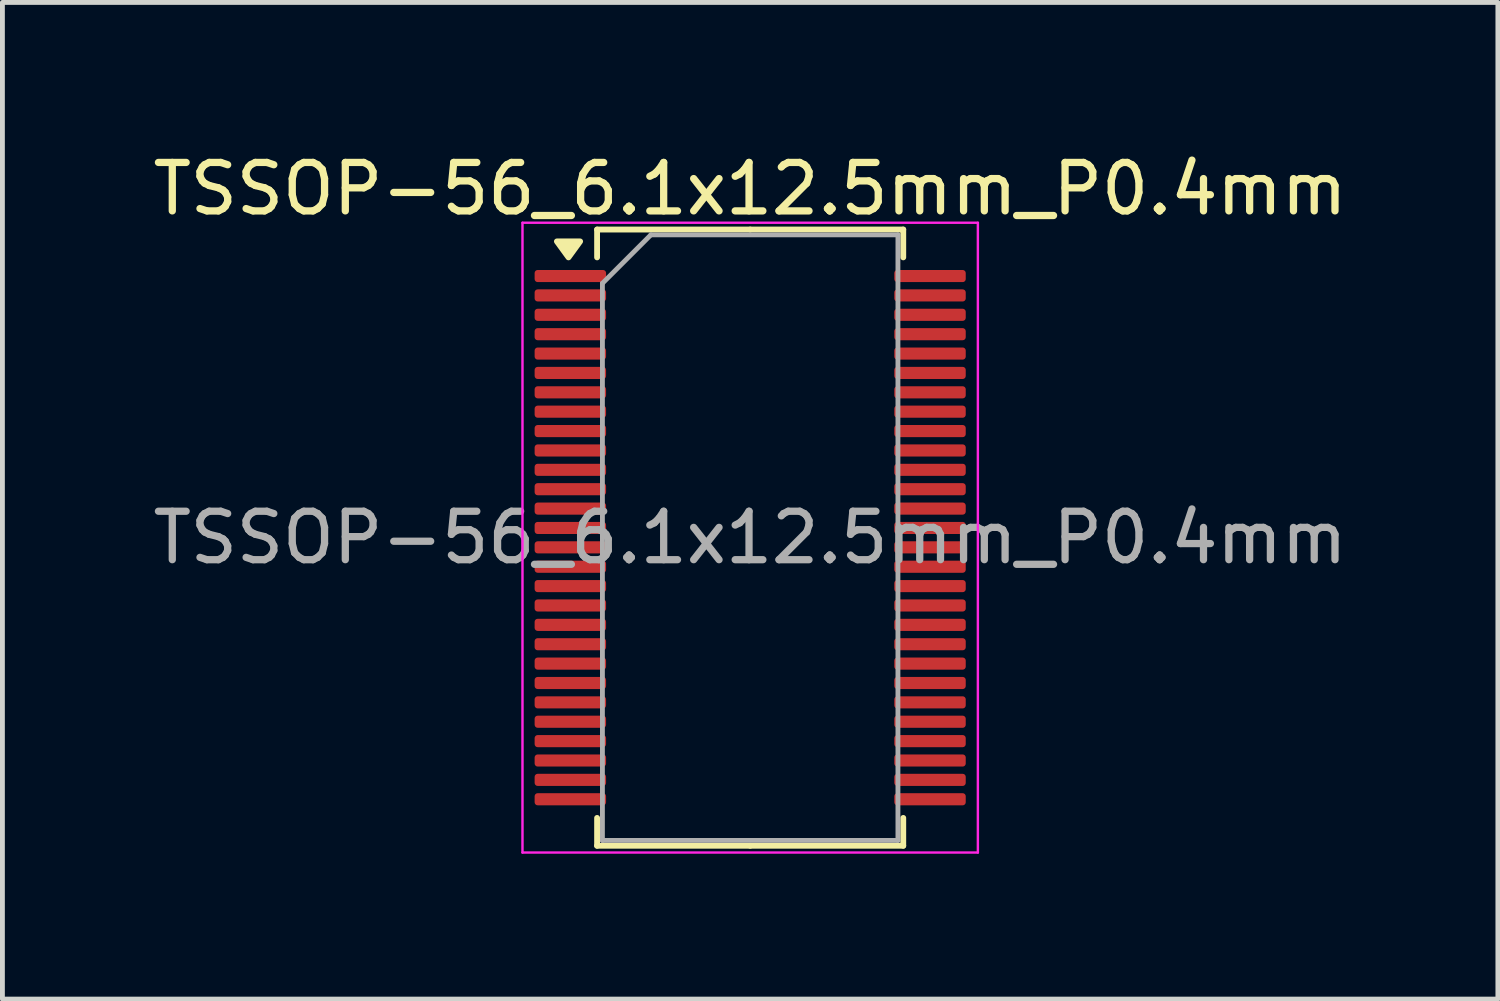
<source format=kicad_pcb>
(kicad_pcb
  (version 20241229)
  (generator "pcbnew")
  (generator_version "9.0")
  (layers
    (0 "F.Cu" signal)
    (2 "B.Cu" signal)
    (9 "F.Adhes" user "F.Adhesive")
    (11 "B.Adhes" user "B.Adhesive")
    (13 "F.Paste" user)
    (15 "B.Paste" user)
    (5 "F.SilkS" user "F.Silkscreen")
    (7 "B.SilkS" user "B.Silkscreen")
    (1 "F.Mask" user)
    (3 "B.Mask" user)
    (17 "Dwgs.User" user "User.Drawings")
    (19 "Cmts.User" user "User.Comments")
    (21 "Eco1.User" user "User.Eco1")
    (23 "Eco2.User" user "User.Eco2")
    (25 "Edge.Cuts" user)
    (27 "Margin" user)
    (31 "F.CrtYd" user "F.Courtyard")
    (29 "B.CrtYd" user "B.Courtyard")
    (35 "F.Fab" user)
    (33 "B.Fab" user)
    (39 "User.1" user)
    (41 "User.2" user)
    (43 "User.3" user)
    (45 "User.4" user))
  (footprint "TSSOP-56_6.1x12.5mm_P0.4mm"
    (layer "F.Cu")
    (at 12.435 8.048)
    (property "Reference" "TSSOP-56_6.1x12.5mm_P0.4mm" (at 0 -7.2 0) (layer "F.SilkS") (effects (font (size 1 1) (thickness 0.15))))
    (attr smd)
    (fp_line (start -3.16 -6.36) (end -3.16 -5.785) (stroke (width 0.12) (type solid)) (layer "F.SilkS"))
    (fp_line (start -3.16 6.36) (end -3.16 5.785) (stroke (width 0.12) (type solid)) (layer "F.SilkS"))
    (fp_line (start 0 -6.36) (end -3.16 -6.36) (stroke (width 0.12) (type solid)) (layer "F.SilkS"))
    (fp_line (start 0 -6.36) (end 3.16 -6.36) (stroke (width 0.12) (type solid)) (layer "F.SilkS"))
    (fp_line (start 0 6.36) (end -3.16 6.36) (stroke (width 0.12) (type solid)) (layer "F.SilkS"))
    (fp_line (start 0 6.36) (end 3.16 6.36) (stroke (width 0.12) (type solid)) (layer "F.SilkS"))
    (fp_line (start 3.16 -6.36) (end 3.16 -5.785) (stroke (width 0.12) (type solid)) (layer "F.SilkS"))
    (fp_line (start 3.16 6.36) (end 3.16 5.785) (stroke (width 0.12) (type solid)) (layer "F.SilkS"))
    (fp_poly (pts (xy -3.75 -5.785) (xy -3.99 -6.115) (xy -3.51 -6.115) (xy -3.75 -5.785)) (stroke (width 0.12) (type solid)) (fill yes) (layer "F.SilkS"))
    (fp_line (start -4.7 -6.5) (end -4.7 6.5) (stroke (width 0.05) (type solid)) (layer "F.CrtYd"))
    (fp_line (start -4.7 6.5) (end 4.7 6.5) (stroke (width 0.05) (type solid)) (layer "F.CrtYd"))
    (fp_line (start 4.7 -6.5) (end -4.7 -6.5) (stroke (width 0.05) (type solid)) (layer "F.CrtYd"))
    (fp_line (start 4.7 6.5) (end 4.7 -6.5) (stroke (width 0.05) (type solid)) (layer "F.CrtYd"))
    (fp_line (start -3.05 -5.25) (end -2.05 -6.25) (stroke (width 0.1) (type solid)) (layer "F.Fab"))
    (fp_line (start -3.05 6.25) (end -3.05 -5.25) (stroke (width 0.1) (type solid)) (layer "F.Fab"))
    (fp_line (start -2.05 -6.25) (end 3.05 -6.25) (stroke (width 0.1) (type solid)) (layer "F.Fab"))
    (fp_line (start 3.05 -6.25) (end 3.05 6.25) (stroke (width 0.1) (type solid)) (layer "F.Fab"))
    (fp_line (start 3.05 6.25) (end -3.05 6.25) (stroke (width 0.1) (type solid)) (layer "F.Fab"))
    (fp_text user "${REFERENCE}" (at 0 0 0) (layer "F.Fab") (effects (font (size 1 1) (thickness 0.15))))
    (pad "1" smd roundrect (at -3.712 -5.4) (size 1.475 0.25) (layers "F.Cu" "F.Mask" "F.Paste") (roundrect_rratio 0.25))
    (pad "2" smd roundrect (at -3.712 -5) (size 1.475 0.25) (layers "F.Cu" "F.Mask" "F.Paste") (roundrect_rratio 0.25))
    (pad "3" smd roundrect (at -3.712 -4.6) (size 1.475 0.25) (layers "F.Cu" "F.Mask" "F.Paste") (roundrect_rratio 0.25))
    (pad "4" smd roundrect (at -3.712 -4.2) (size 1.475 0.25) (layers "F.Cu" "F.Mask" "F.Paste") (roundrect_rratio 0.25))
    (pad "5" smd roundrect (at -3.712 -3.8) (size 1.475 0.25) (layers "F.Cu" "F.Mask" "F.Paste") (roundrect_rratio 0.25))
    (pad "6" smd roundrect (at -3.712 -3.4) (size 1.475 0.25) (layers "F.Cu" "F.Mask" "F.Paste") (roundrect_rratio 0.25))
    (pad "7" smd roundrect (at -3.712 -3) (size 1.475 0.25) (layers "F.Cu" "F.Mask" "F.Paste") (roundrect_rratio 0.25))
    (pad "8" smd roundrect (at -3.712 -2.6) (size 1.475 0.25) (layers "F.Cu" "F.Mask" "F.Paste") (roundrect_rratio 0.25))
    (pad "9" smd roundrect (at -3.712 -2.2) (size 1.475 0.25) (layers "F.Cu" "F.Mask" "F.Paste") (roundrect_rratio 0.25))
    (pad "10" smd roundrect (at -3.712 -1.8) (size 1.475 0.25) (layers "F.Cu" "F.Mask" "F.Paste") (roundrect_rratio 0.25))
    (pad "11" smd roundrect (at -3.712 -1.4) (size 1.475 0.25) (layers "F.Cu" "F.Mask" "F.Paste") (roundrect_rratio 0.25))
    (pad "12" smd roundrect (at -3.712 -1) (size 1.475 0.25) (layers "F.Cu" "F.Mask" "F.Paste") (roundrect_rratio 0.25))
    (pad "13" smd roundrect (at -3.712 -0.6) (size 1.475 0.25) (layers "F.Cu" "F.Mask" "F.Paste") (roundrect_rratio 0.25))
    (pad "14" smd roundrect (at -3.712 -0.2) (size 1.475 0.25) (layers "F.Cu" "F.Mask" "F.Paste") (roundrect_rratio 0.25))
    (pad "15" smd roundrect (at -3.712 0.2) (size 1.475 0.25) (layers "F.Cu" "F.Mask" "F.Paste") (roundrect_rratio 0.25))
    (pad "16" smd roundrect (at -3.712 0.6) (size 1.475 0.25) (layers "F.Cu" "F.Mask" "F.Paste") (roundrect_rratio 0.25))
    (pad "17" smd roundrect (at -3.712 1) (size 1.475 0.25) (layers "F.Cu" "F.Mask" "F.Paste") (roundrect_rratio 0.25))
    (pad "18" smd roundrect (at -3.712 1.4) (size 1.475 0.25) (layers "F.Cu" "F.Mask" "F.Paste") (roundrect_rratio 0.25))
    (pad "19" smd roundrect (at -3.712 1.8) (size 1.475 0.25) (layers "F.Cu" "F.Mask" "F.Paste") (roundrect_rratio 0.25))
    (pad "20" smd roundrect (at -3.712 2.2) (size 1.475 0.25) (layers "F.Cu" "F.Mask" "F.Paste") (roundrect_rratio 0.25))
    (pad "21" smd roundrect (at -3.712 2.6) (size 1.475 0.25) (layers "F.Cu" "F.Mask" "F.Paste") (roundrect_rratio 0.25))
    (pad "22" smd roundrect (at -3.712 3) (size 1.475 0.25) (layers "F.Cu" "F.Mask" "F.Paste") (roundrect_rratio 0.25))
    (pad "23" smd roundrect (at -3.712 3.4) (size 1.475 0.25) (layers "F.Cu" "F.Mask" "F.Paste") (roundrect_rratio 0.25))
    (pad "24" smd roundrect (at -3.712 3.8) (size 1.475 0.25) (layers "F.Cu" "F.Mask" "F.Paste") (roundrect_rratio 0.25))
    (pad "25" smd roundrect (at -3.712 4.2) (size 1.475 0.25) (layers "F.Cu" "F.Mask" "F.Paste") (roundrect_rratio 0.25))
    (pad "26" smd roundrect (at -3.712 4.6) (size 1.475 0.25) (layers "F.Cu" "F.Mask" "F.Paste") (roundrect_rratio 0.25))
    (pad "27" smd roundrect (at -3.712 5) (size 1.475 0.25) (layers "F.Cu" "F.Mask" "F.Paste") (roundrect_rratio 0.25))
    (pad "28" smd roundrect (at -3.712 5.4) (size 1.475 0.25) (layers "F.Cu" "F.Mask" "F.Paste") (roundrect_rratio 0.25))
    (pad "29" smd roundrect (at 3.712 5.4) (size 1.475 0.25) (layers "F.Cu" "F.Mask" "F.Paste") (roundrect_rratio 0.25))
    (pad "30" smd roundrect (at 3.712 5) (size 1.475 0.25) (layers "F.Cu" "F.Mask" "F.Paste") (roundrect_rratio 0.25))
    (pad "31" smd roundrect (at 3.712 4.6) (size 1.475 0.25) (layers "F.Cu" "F.Mask" "F.Paste") (roundrect_rratio 0.25))
    (pad "32" smd roundrect (at 3.712 4.2) (size 1.475 0.25) (layers "F.Cu" "F.Mask" "F.Paste") (roundrect_rratio 0.25))
    (pad "33" smd roundrect (at 3.712 3.8) (size 1.475 0.25) (layers "F.Cu" "F.Mask" "F.Paste") (roundrect_rratio 0.25))
    (pad "34" smd roundrect (at 3.712 3.4) (size 1.475 0.25) (layers "F.Cu" "F.Mask" "F.Paste") (roundrect_rratio 0.25))
    (pad "35" smd roundrect (at 3.712 3) (size 1.475 0.25) (layers "F.Cu" "F.Mask" "F.Paste") (roundrect_rratio 0.25))
    (pad "36" smd roundrect (at 3.712 2.6) (size 1.475 0.25) (layers "F.Cu" "F.Mask" "F.Paste") (roundrect_rratio 0.25))
    (pad "37" smd roundrect (at 3.712 2.2) (size 1.475 0.25) (layers "F.Cu" "F.Mask" "F.Paste") (roundrect_rratio 0.25))
    (pad "38" smd roundrect (at 3.712 1.8) (size 1.475 0.25) (layers "F.Cu" "F.Mask" "F.Paste") (roundrect_rratio 0.25))
    (pad "39" smd roundrect (at 3.712 1.4) (size 1.475 0.25) (layers "F.Cu" "F.Mask" "F.Paste") (roundrect_rratio 0.25))
    (pad "40" smd roundrect (at 3.712 1) (size 1.475 0.25) (layers "F.Cu" "F.Mask" "F.Paste") (roundrect_rratio 0.25))
    (pad "41" smd roundrect (at 3.712 0.6) (size 1.475 0.25) (layers "F.Cu" "F.Mask" "F.Paste") (roundrect_rratio 0.25))
    (pad "42" smd roundrect (at 3.712 0.2) (size 1.475 0.25) (layers "F.Cu" "F.Mask" "F.Paste") (roundrect_rratio 0.25))
    (pad "43" smd roundrect (at 3.712 -0.2) (size 1.475 0.25) (layers "F.Cu" "F.Mask" "F.Paste") (roundrect_rratio 0.25))
    (pad "44" smd roundrect (at 3.712 -0.6) (size 1.475 0.25) (layers "F.Cu" "F.Mask" "F.Paste") (roundrect_rratio 0.25))
    (pad "45" smd roundrect (at 3.712 -1) (size 1.475 0.25) (layers "F.Cu" "F.Mask" "F.Paste") (roundrect_rratio 0.25))
    (pad "46" smd roundrect (at 3.712 -1.4) (size 1.475 0.25) (layers "F.Cu" "F.Mask" "F.Paste") (roundrect_rratio 0.25))
    (pad "47" smd roundrect (at 3.712 -1.8) (size 1.475 0.25) (layers "F.Cu" "F.Mask" "F.Paste") (roundrect_rratio 0.25))
    (pad "48" smd roundrect (at 3.712 -2.2) (size 1.475 0.25) (layers "F.Cu" "F.Mask" "F.Paste") (roundrect_rratio 0.25))
    (pad "49" smd roundrect (at 3.712 -2.6) (size 1.475 0.25) (layers "F.Cu" "F.Mask" "F.Paste") (roundrect_rratio 0.25))
    (pad "50" smd roundrect (at 3.712 -3) (size 1.475 0.25) (layers "F.Cu" "F.Mask" "F.Paste") (roundrect_rratio 0.25))
    (pad "51" smd roundrect (at 3.712 -3.4) (size 1.475 0.25) (layers "F.Cu" "F.Mask" "F.Paste") (roundrect_rratio 0.25))
    (pad "52" smd roundrect (at 3.712 -3.8) (size 1.475 0.25) (layers "F.Cu" "F.Mask" "F.Paste") (roundrect_rratio 0.25))
    (pad "53" smd roundrect (at 3.712 -4.2) (size 1.475 0.25) (layers "F.Cu" "F.Mask" "F.Paste") (roundrect_rratio 0.25))
    (pad "54" smd roundrect (at 3.712 -4.6) (size 1.475 0.25) (layers "F.Cu" "F.Mask" "F.Paste") (roundrect_rratio 0.25))
    (pad "55" smd roundrect (at 3.712 -5) (size 1.475 0.25) (layers "F.Cu" "F.Mask" "F.Paste") (roundrect_rratio 0.25))
    (pad "56" smd roundrect (at 3.712 -5.4) (size 1.475 0.25) (layers "F.Cu" "F.Mask" "F.Paste") (roundrect_rratio 0.25)))
  (gr_rect
    (start -3 -3)
    (end 27.869 17.573)
    (stroke (width 0.1) (type default))
    (fill no)
    (layer "Edge.Cuts")))
</source>
